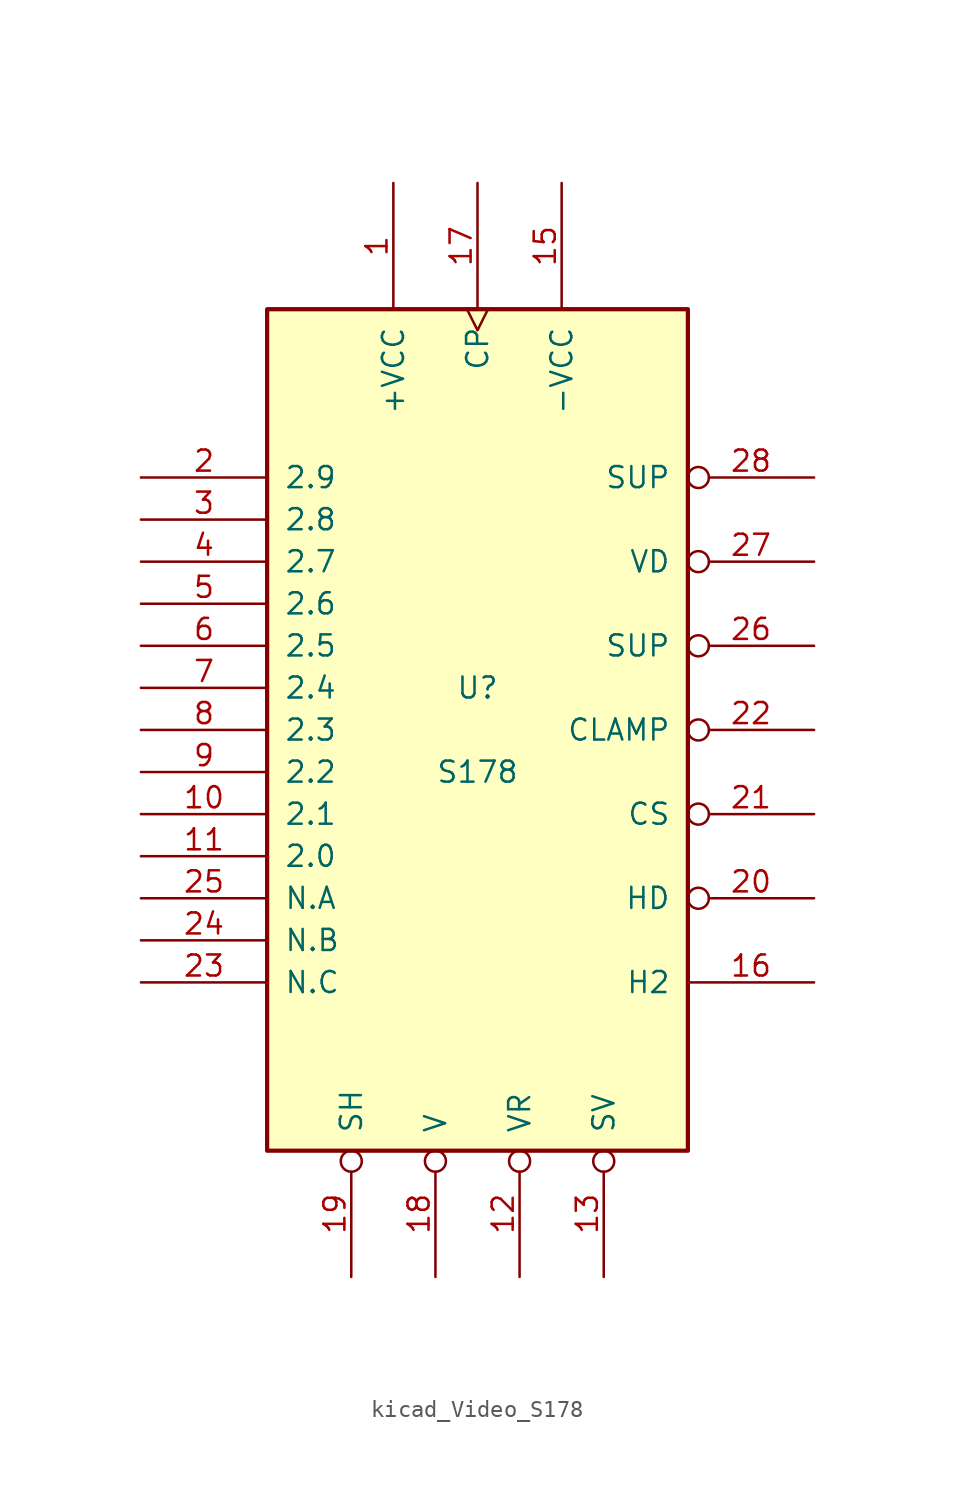
<source format=kicad_sym>
(kicad_symbol_lib
  (version 20220914)
  (generator kicad_symbol_editor)
  (symbol "kicad_Video_S178"
    (pin_names
      (offset 1.016))
    (property "Reference" "U"
      (at 0 2.54 0)
      (effects (font (size 1.27 1.27))))
    (property "Value" "S178"
      (at 0 -2.54 0)
      (effects (font (size 1.27 1.27))))
    (symbol "kicad_Video_S178_0_1"
      (rectangle (start -12.7 -25.4) (end 12.7 25.4) (stroke (width 0.254) (type default)) (fill (type background))))
    (symbol "kicad_Video_S178_1_1"
      (pin input line (at -5.08 33.02 270) (length 7.62) (name "+VCC" (effects (font (size 1.27 1.27)))) (number "1" (effects (font (size 1.27 1.27)))))
      (pin input line (at -20.32 -5.08 0) (length 7.62) (name "2.1" (effects (font (size 1.27 1.27)))) (number "10" (effects (font (size 1.27 1.27)))))
      (pin input line (at -20.32 -7.62 0) (length 7.62) (name "2.0" (effects (font (size 1.27 1.27)))) (number "11" (effects (font (size 1.27 1.27)))))
      (pin input inverted (at 2.54 -33.02 90) (length 7.62) (name "VR" (effects (font (size 1.27 1.27)))) (number "12" (effects (font (size 1.27 1.27)))))
      (pin input inverted (at 7.62 -33.02 90) (length 7.62) (name "SV" (effects (font (size 1.27 1.27)))) (number "13" (effects (font (size 1.27 1.27)))))
      (pin input line (at 5.08 33.02 270) (length 7.62) (name "-VCC" (effects (font (size 1.27 1.27)))) (number "15" (effects (font (size 1.27 1.27)))))
      (pin output line (at 20.32 -15.24 180) (length 7.62) (name "H2" (effects (font (size 1.27 1.27)))) (number "16" (effects (font (size 1.27 1.27)))))
      (pin input clock (at 0 33.02 270) (length 7.62) (name "CP" (effects (font (size 1.27 1.27)))) (number "17" (effects (font (size 1.27 1.27)))))
      (pin input inverted (at -2.54 -33.02 90) (length 7.62) (name "V" (effects (font (size 1.27 1.27)))) (number "18" (effects (font (size 1.27 1.27)))))
      (pin input inverted (at -7.62 -33.02 90) (length 7.62) (name "SH" (effects (font (size 1.27 1.27)))) (number "19" (effects (font (size 1.27 1.27)))))
      (pin input line (at -20.32 15.24 0) (length 7.62) (name "2.9" (effects (font (size 1.27 1.27)))) (number "2" (effects (font (size 1.27 1.27)))))
      (pin output inverted (at 20.32 -10.16 180) (length 7.62) (name "HD" (effects (font (size 1.27 1.27)))) (number "20" (effects (font (size 1.27 1.27)))))
      (pin output inverted (at 20.32 -5.08 180) (length 7.62) (name "CS" (effects (font (size 1.27 1.27)))) (number "21" (effects (font (size 1.27 1.27)))))
      (pin output inverted (at 20.32 0 180) (length 7.62) (name "CLAMP" (effects (font (size 1.27 1.27)))) (number "22" (effects (font (size 1.27 1.27)))))
      (pin input line (at -20.32 -15.24 0) (length 7.62) (name "N.C" (effects (font (size 1.27 1.27)))) (number "23" (effects (font (size 1.27 1.27)))))
      (pin input line (at -20.32 -12.7 0) (length 7.62) (name "N.B" (effects (font (size 1.27 1.27)))) (number "24" (effects (font (size 1.27 1.27)))))
      (pin input line (at -20.32 -10.16 0) (length 7.62) (name "N.A" (effects (font (size 1.27 1.27)))) (number "25" (effects (font (size 1.27 1.27)))))
      (pin output inverted (at 20.32 5.08 180) (length 7.62) (name "SUP" (effects (font (size 1.27 1.27)))) (number "26" (effects (font (size 1.27 1.27)))))
      (pin output inverted (at 20.32 10.16 180) (length 7.62) (name "VD" (effects (font (size 1.27 1.27)))) (number "27" (effects (font (size 1.27 1.27)))))
      (pin output inverted (at 20.32 15.24 180) (length 7.62) (name "SUP" (effects (font (size 1.27 1.27)))) (number "28" (effects (font (size 1.27 1.27)))))
      (pin input line (at -20.32 12.7 0) (length 7.62) (name "2.8" (effects (font (size 1.27 1.27)))) (number "3" (effects (font (size 1.27 1.27)))))
      (pin input line (at -20.32 10.16 0) (length 7.62) (name "2.7" (effects (font (size 1.27 1.27)))) (number "4" (effects (font (size 1.27 1.27)))))
      (pin input line (at -20.32 7.62 0) (length 7.62) (name "2.6" (effects (font (size 1.27 1.27)))) (number "5" (effects (font (size 1.27 1.27)))))
      (pin input line (at -20.32 5.08 0) (length 7.62) (name "2.5" (effects (font (size 1.27 1.27)))) (number "6" (effects (font (size 1.27 1.27)))))
      (pin input line (at -20.32 2.54 0) (length 7.62) (name "2.4" (effects (font (size 1.27 1.27)))) (number "7" (effects (font (size 1.27 1.27)))))
      (pin input line (at -20.32 0 0) (length 7.62) (name "2.3" (effects (font (size 1.27 1.27)))) (number "8" (effects (font (size 1.27 1.27)))))
      (pin input line (at -20.32 -2.54 0) (length 7.62) (name "2.2" (effects (font (size 1.27 1.27)))) (number "9" (effects (font (size 1.27 1.27))))))))
</source>
